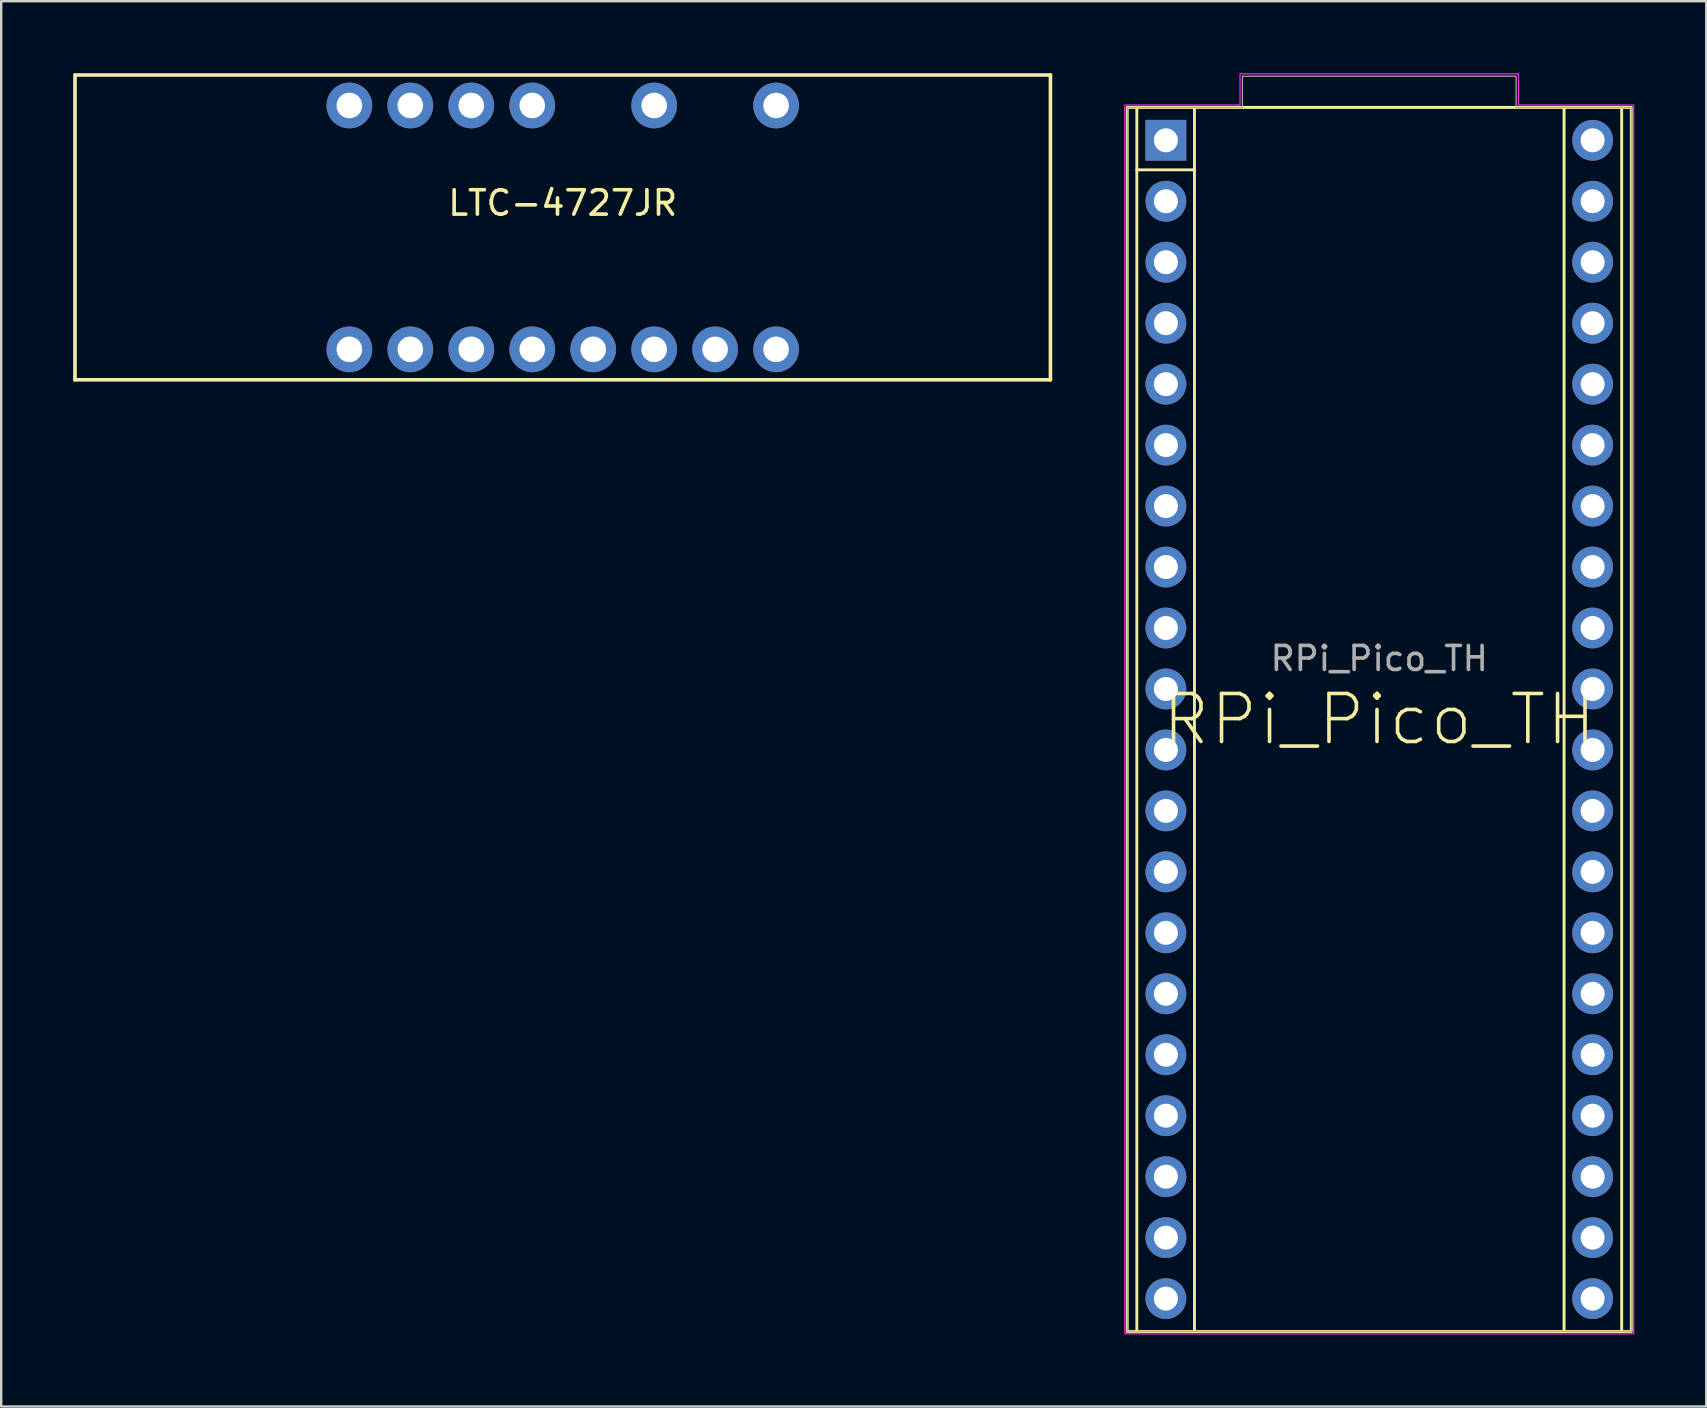
<source format=kicad_pcb>
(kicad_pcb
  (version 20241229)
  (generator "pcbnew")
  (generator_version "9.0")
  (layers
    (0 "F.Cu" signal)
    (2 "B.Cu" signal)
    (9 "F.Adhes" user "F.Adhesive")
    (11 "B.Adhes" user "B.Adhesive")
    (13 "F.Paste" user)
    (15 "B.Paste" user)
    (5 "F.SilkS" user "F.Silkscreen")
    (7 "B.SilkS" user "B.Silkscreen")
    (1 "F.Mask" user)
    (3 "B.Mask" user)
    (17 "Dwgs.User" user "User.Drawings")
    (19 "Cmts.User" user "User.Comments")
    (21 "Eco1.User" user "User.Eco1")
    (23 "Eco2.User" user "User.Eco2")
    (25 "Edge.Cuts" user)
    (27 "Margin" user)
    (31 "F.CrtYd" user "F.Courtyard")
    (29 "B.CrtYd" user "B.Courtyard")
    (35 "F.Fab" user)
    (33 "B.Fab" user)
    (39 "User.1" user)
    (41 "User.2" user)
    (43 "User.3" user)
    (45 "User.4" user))
  (footprint "LTC-4727JR"
    (layer "F.Cu")
    (at 20.395 6.425)
    (property "Reference" "LTC-4727JR" (at 0 -1.016 0) (layer "F.SilkS") (effects (font (size 1.016 1.016) (thickness 0.152))))
    (attr through_hole)
    (fp_line (start -20.32 -6.35) (end 20.32 -6.35) (stroke (width 0.15) (type solid)) (layer "F.SilkS"))
    (fp_line (start -20.32 6.35) (end -20.32 -6.35) (stroke (width 0.15) (type solid)) (layer "F.SilkS"))
    (fp_line (start 20.32 -6.35) (end 20.32 6.35) (stroke (width 0.15) (type solid)) (layer "F.SilkS"))
    (fp_line (start 20.32 6.35) (end -20.32 6.35) (stroke (width 0.15) (type solid)) (layer "F.SilkS"))
    (pad "1" thru_hole circle (at -8.89 5.08 180) (size 1.905 1.905) (drill 1.067) (layers "*.Cu" "*.Mask"))
    (pad "2" thru_hole circle (at -6.35 5.08 180) (size 1.905 1.905) (drill 1.067) (layers "*.Cu" "*.Mask"))
    (pad "3" thru_hole circle (at -3.81 5.08 180) (size 1.905 1.905) (drill 1.067) (layers "*.Cu" "*.Mask"))
    (pad "4" thru_hole circle (at -1.27 5.08 180) (size 1.905 1.905) (drill 1.067) (layers "*.Cu" "*.Mask"))
    (pad "5" thru_hole circle (at 1.27 5.08 180) (size 1.905 1.905) (drill 1.067) (layers "*.Cu" "*.Mask"))
    (pad "6" thru_hole circle (at 3.81 5.08 180) (size 1.905 1.905) (drill 1.067) (layers "*.Cu" "*.Mask"))
    (pad "7" thru_hole circle (at 6.35 5.08 180) (size 1.905 1.905) (drill 1.067) (layers "*.Cu" "*.Mask"))
    (pad "8" thru_hole circle (at 8.89 5.08 180) (size 1.905 1.905) (drill 1.067) (layers "*.Cu" "*.Mask"))
    (pad "9" thru_hole circle (at 8.89 -5.08 180) (size 1.905 1.905) (drill 1.067) (layers "*.Cu" "*.Mask"))
    (pad "11" thru_hole circle (at 3.81 -5.08 180) (size 1.905 1.905) (drill 1.067) (layers "*.Cu" "*.Mask"))
    (pad "13" thru_hole circle (at -1.27 -5.08 180) (size 1.905 1.905) (drill 1.067) (layers "*.Cu" "*.Mask"))
    (pad "14" thru_hole circle (at -3.81 -5.08 180) (size 1.905 1.905) (drill 1.067) (layers "*.Cu" "*.Mask"))
    (pad "15" thru_hole circle (at -6.35 -5.08 180) (size 1.905 1.905) (drill 1.067) (layers "*.Cu" "*.Mask"))
    (pad "16" thru_hole circle (at -8.89 -5.08 180) (size 1.905 1.905) (drill 1.067) (layers "*.Cu" "*.Mask")))
  (footprint "RPi_Pico_TH"
    (layer "F.Cu")
    (at 54.415 26.925)
    (property "Reference" "RPi_Pico_TH" (at 0 0 0) (unlocked yes) (layer "F.SilkS") (effects (font (size 2 2) (thickness 0.15))))
    (attr through_hole)
    (fp_line (start -10.1 -25.5) (end -10.1 25.5) (stroke (width 0.12) (type solid)) (layer "F.SilkS"))
    (fp_line (start -10.1 -22.9) (end -7.7 -22.9) (stroke (width 0.12) (type solid)) (layer "F.SilkS"))
    (fp_line (start -7.7 -25.5) (end -7.7 25.5) (stroke (width 0.12) (type solid)) (layer "F.SilkS"))
    (fp_line (start 7.7 -25.5) (end 7.7 25.5) (stroke (width 0.12) (type solid)) (layer "F.SilkS"))
    (fp_line (start 10.1 -25.5) (end 10.1 25.5) (stroke (width 0.12) (type solid)) (layer "F.SilkS"))
    (fp_rect (start -10.5 -25.5) (end 10.5 25.5) (stroke (width 0.12) (type solid)) (fill no) (layer "F.SilkS"))
    (fp_poly (pts (xy 5.8 -25.6) (xy 10.6 -25.6) (xy 10.6 25.6) (xy -10.6 25.6) (xy -10.6 -25.6) (xy -5.8 -25.6) (xy -5.8 -26.9) (xy 5.8 -26.9)) (stroke (width 0.05) (type solid)) (fill no) (layer "F.CrtYd"))
    (fp_poly (pts (xy 5.7 -25.5) (xy 10.5 -25.5) (xy 10.5 25.5) (xy -10.5 25.5) (xy -10.5 -25.5) (xy -5.7 -25.5) (xy -5.7 -26.8) (xy 5.7 -26.8)) (stroke (width 0.05) (type solid)) (fill no) (layer "F.Fab"))
    (fp_text user "${REFERENCE}" (at 0 -2.54 0) (unlocked yes) (layer "F.Fab") (effects (font (size 1 1) (thickness 0.15))))
    (pad "1" thru_hole rect (at -8.89 -24.13) (size 1.7 1.7) (drill 1) (layers "*.Cu" "*.Mask"))
    (pad "2" thru_hole circle (at -8.89 -21.59) (size 1.7 1.7) (drill 1) (layers "*.Cu" "*.Mask"))
    (pad "3" thru_hole circle (at -8.89 -19.05) (size 1.7 1.7) (drill 1) (layers "*.Cu" "*.Mask"))
    (pad "4" thru_hole circle (at -8.89 -16.51) (size 1.7 1.7) (drill 1) (layers "*.Cu" "*.Mask"))
    (pad "5" thru_hole circle (at -8.89 -13.97) (size 1.7 1.7) (drill 1) (layers "*.Cu" "*.Mask"))
    (pad "6" thru_hole circle (at -8.89 -11.43) (size 1.7 1.7) (drill 1) (layers "*.Cu" "*.Mask"))
    (pad "7" thru_hole circle (at -8.89 -8.89) (size 1.7 1.7) (drill 1) (layers "*.Cu" "*.Mask"))
    (pad "8" thru_hole circle (at -8.89 -6.35) (size 1.7 1.7) (drill 1) (layers "*.Cu" "*.Mask"))
    (pad "9" thru_hole circle (at -8.89 -3.81) (size 1.7 1.7) (drill 1) (layers "*.Cu" "*.Mask"))
    (pad "10" thru_hole circle (at -8.89 -1.27) (size 1.7 1.7) (drill 1) (layers "*.Cu" "*.Mask"))
    (pad "11" thru_hole circle (at -8.89 1.27) (size 1.7 1.7) (drill 1) (layers "*.Cu" "*.Mask"))
    (pad "12" thru_hole circle (at -8.89 3.81) (size 1.7 1.7) (drill 1) (layers "*.Cu" "*.Mask"))
    (pad "13" thru_hole circle (at -8.89 6.35) (size 1.7 1.7) (drill 1) (layers "*.Cu" "*.Mask"))
    (pad "14" thru_hole circle (at -8.89 8.89) (size 1.7 1.7) (drill 1) (layers "*.Cu" "*.Mask"))
    (pad "15" thru_hole circle (at -8.89 11.43) (size 1.7 1.7) (drill 1) (layers "*.Cu" "*.Mask"))
    (pad "16" thru_hole circle (at -8.89 13.97) (size 1.7 1.7) (drill 1) (layers "*.Cu" "*.Mask"))
    (pad "17" thru_hole circle (at -8.89 16.51) (size 1.7 1.7) (drill 1) (layers "*.Cu" "*.Mask"))
    (pad "18" thru_hole circle (at -8.89 19.05) (size 1.7 1.7) (drill 1) (layers "*.Cu" "*.Mask"))
    (pad "19" thru_hole circle (at -8.89 21.59) (size 1.7 1.7) (drill 1) (layers "*.Cu" "*.Mask"))
    (pad "20" thru_hole circle (at -8.89 24.13) (size 1.7 1.7) (drill 1) (layers "*.Cu" "*.Mask"))
    (pad "21" thru_hole circle (at 8.89 24.13) (size 1.7 1.7) (drill 1) (layers "*.Cu" "*.Mask"))
    (pad "22" thru_hole circle (at 8.89 21.59) (size 1.7 1.7) (drill 1) (layers "*.Cu" "*.Mask"))
    (pad "23" thru_hole circle (at 8.89 19.05) (size 1.7 1.7) (drill 1) (layers "*.Cu" "*.Mask"))
    (pad "24" thru_hole circle (at 8.89 16.51) (size 1.7 1.7) (drill 1) (layers "*.Cu" "*.Mask"))
    (pad "25" thru_hole circle (at 8.89 13.97) (size 1.7 1.7) (drill 1) (layers "*.Cu" "*.Mask"))
    (pad "26" thru_hole circle (at 8.89 11.43) (size 1.7 1.7) (drill 1) (layers "*.Cu" "*.Mask"))
    (pad "27" thru_hole circle (at 8.89 8.89) (size 1.7 1.7) (drill 1) (layers "*.Cu" "*.Mask"))
    (pad "28" thru_hole circle (at 8.89 6.35) (size 1.7 1.7) (drill 1) (layers "*.Cu" "*.Mask"))
    (pad "29" thru_hole circle (at 8.89 3.81) (size 1.7 1.7) (drill 1) (layers "*.Cu" "*.Mask"))
    (pad "30" thru_hole circle (at 8.89 1.27) (size 1.7 1.7) (drill 1) (layers "*.Cu" "*.Mask"))
    (pad "31" thru_hole circle (at 8.89 -1.27) (size 1.7 1.7) (drill 1) (layers "*.Cu" "*.Mask"))
    (pad "32" thru_hole circle (at 8.89 -3.81) (size 1.7 1.7) (drill 1) (layers "*.Cu" "*.Mask"))
    (pad "33" thru_hole circle (at 8.89 -6.35) (size 1.7 1.7) (drill 1) (layers "*.Cu" "*.Mask"))
    (pad "34" thru_hole circle (at 8.89 -8.89) (size 1.7 1.7) (drill 1) (layers "*.Cu" "*.Mask"))
    (pad "35" thru_hole circle (at 8.89 -11.43) (size 1.7 1.7) (drill 1) (layers "*.Cu" "*.Mask"))
    (pad "36" thru_hole circle (at 8.89 -13.97) (size 1.7 1.7) (drill 1) (layers "*.Cu" "*.Mask"))
    (pad "37" thru_hole circle (at 8.89 -16.51) (size 1.7 1.7) (drill 1) (layers "*.Cu" "*.Mask"))
    (pad "38" thru_hole circle (at 8.89 -19.05) (size 1.7 1.7) (drill 1) (layers "*.Cu" "*.Mask"))
    (pad "39" thru_hole circle (at 8.89 -21.59) (size 1.7 1.7) (drill 1) (layers "*.Cu" "*.Mask"))
    (pad "40" thru_hole circle (at 8.89 -24.13) (size 1.7 1.7) (drill 1) (layers "*.Cu" "*.Mask")))
  (gr_rect
    (start -3 -3)
    (end 68.04 55.55)
    (stroke (width 0.1) (type default))
    (fill no)
    (layer "Edge.Cuts")))
</source>
